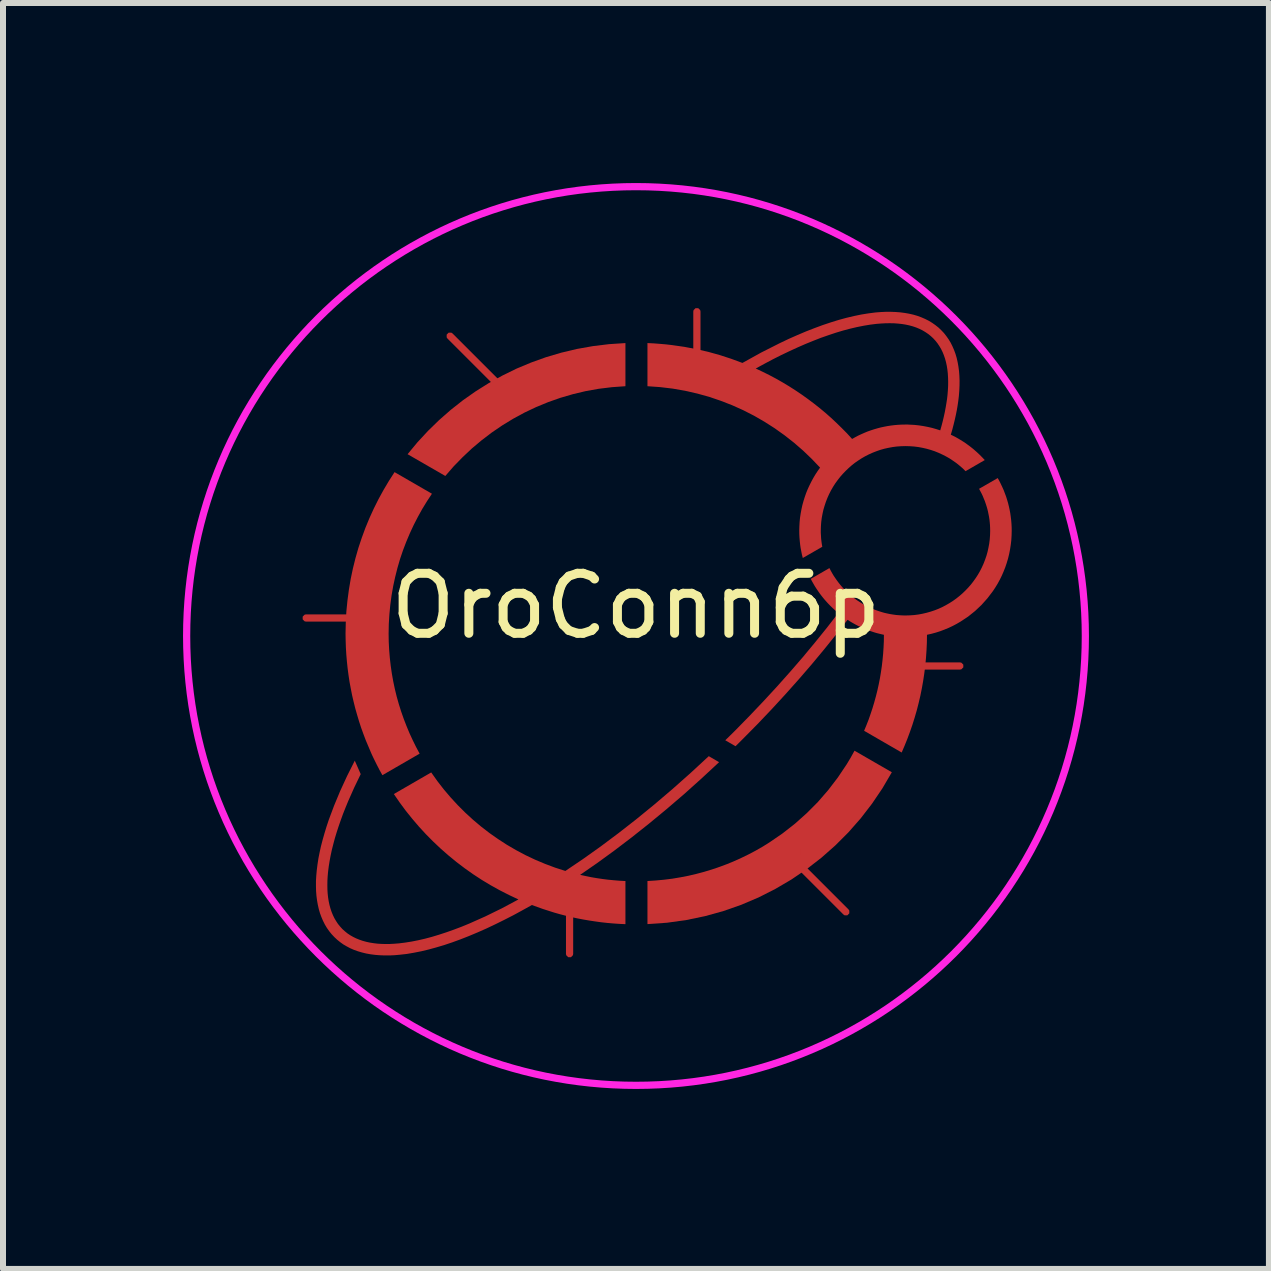
<source format=kicad_pcb>
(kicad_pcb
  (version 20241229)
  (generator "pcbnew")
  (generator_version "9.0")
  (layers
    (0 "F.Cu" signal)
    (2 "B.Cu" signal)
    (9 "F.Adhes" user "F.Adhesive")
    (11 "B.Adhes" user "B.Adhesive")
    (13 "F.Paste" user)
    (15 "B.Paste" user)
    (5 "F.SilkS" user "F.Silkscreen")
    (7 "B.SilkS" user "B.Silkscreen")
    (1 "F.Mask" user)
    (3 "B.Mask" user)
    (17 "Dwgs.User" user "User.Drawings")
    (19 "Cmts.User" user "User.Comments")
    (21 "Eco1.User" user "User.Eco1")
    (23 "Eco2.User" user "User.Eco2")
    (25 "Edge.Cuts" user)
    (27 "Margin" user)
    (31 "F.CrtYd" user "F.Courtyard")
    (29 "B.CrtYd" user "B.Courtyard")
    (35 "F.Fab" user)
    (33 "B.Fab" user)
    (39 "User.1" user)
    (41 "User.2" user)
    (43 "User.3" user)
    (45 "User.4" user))
  (footprint "OroConn6p"
    (layer "F.Cu")
    (at 7.55 7.55)
    (property "Reference" "OroConn6p" (at 0 -0.5 0) (unlocked yes) (layer "F.SilkS") (effects (font (size 1 1) (thickness 0.15))))
    (attr smd)
    (fp_poly (pts (xy -0.176 -4.163) (xy -0.401 -4.147) (xy -0.622 -4.12) (xy -0.84 -4.081) (xy -1.053 -4.03) (xy -1.262 -3.969) (xy -1.466 -3.897) (xy -1.665 -3.815) (xy -1.859 -3.723) (xy -2.047 -3.621) (xy -2.229 -3.51) (xy -2.405 -3.39) (xy -2.574 -3.261) (xy -2.737 -3.124) (xy -2.891 -2.979) (xy -3.039 -2.827) (xy -3.178 -2.667) (xy -3.807 -3.03) (xy -3.642 -3.229) (xy -3.466 -3.419) (xy -3.281 -3.599) (xy -3.087 -3.769) (xy -2.884 -3.929) (xy -2.672 -4.078) (xy -2.452 -4.216) (xy -2.224 -4.342) (xy -1.989 -4.457) (xy -1.747 -4.558) (xy -1.499 -4.647) (xy -1.245 -4.722) (xy -0.985 -4.784) (xy -0.72 -4.831) (xy -0.45 -4.864) (xy -0.176 -4.882)) (stroke (width 0) (type solid)) (fill yes) (layer "F.Cu"))
    (fp_poly (pts (xy 4.264 2.271) (xy 4.107 2.539) (xy 3.933 2.796) (xy 3.744 3.041) (xy 3.54 3.273) (xy 3.322 3.491) (xy 3.091 3.695) (xy 2.846 3.885) (xy 2.59 4.059) (xy 2.322 4.216) (xy 2.044 4.357) (xy 1.755 4.48) (xy 1.458 4.584) (xy 1.152 4.669) (xy 0.839 4.734) (xy 0.518 4.779) (xy 0.191 4.802) (xy 0.191 4.084) (xy 0.33 4.075) (xy 0.469 4.062) (xy 0.605 4.045) (xy 0.741 4.022) (xy 0.875 3.996) (xy 1.007 3.965) (xy 1.138 3.93) (xy 1.266 3.891) (xy 1.393 3.848) (xy 1.519 3.801) (xy 1.642 3.75) (xy 1.763 3.695) (xy 1.882 3.637) (xy 1.999 3.575) (xy 2.114 3.509) (xy 2.226 3.439) (xy 2.443 3.29) (xy 2.65 3.128) (xy 2.846 2.953) (xy 3.031 2.767) (xy 3.203 2.569) (xy 3.363 2.36) (xy 3.51 2.141) (xy 3.578 2.028) (xy 3.642 1.912)) (stroke (width 0) (type solid)) (fill yes) (layer "F.Cu"))
    (fp_poly (pts (xy -3.401 -2.371) (xy -3.484 -2.245) (xy -3.563 -2.116) (xy -3.636 -1.984) (xy -3.706 -1.848) (xy -3.77 -1.71) (xy -3.829 -1.57) (xy -3.884 -1.426) (xy -3.933 -1.281) (xy -3.976 -1.133) (xy -4.014 -0.982) (xy -4.047 -0.83) (xy -4.074 -0.675) (xy -4.095 -0.519) (xy -4.11 -0.361) (xy -4.12 -0.201) (xy -4.123 -0.04) (xy -4.121 0.096) (xy -4.114 0.23) (xy -4.103 0.364) (xy -4.088 0.496) (xy -4.069 0.627) (xy -4.046 0.756) (xy -4.019 0.884) (xy -3.988 1.011) (xy -3.953 1.135) (xy -3.914 1.259) (xy -3.871 1.381) (xy -3.825 1.5) (xy -3.776 1.618) (xy -3.722 1.735) (xy -3.666 1.849) (xy -3.606 1.961) (xy -4.227 2.32) (xy -4.251 2.276) (xy -4.275 2.233) (xy -4.298 2.188) (xy -4.321 2.144) (xy -4.343 2.099) (xy -4.365 2.055) (xy -4.387 2.009) (xy -4.408 1.964) (xy -4.503 1.74) (xy -4.542 1.637) (xy -4.58 1.532) (xy -4.615 1.425) (xy -4.647 1.318) (xy -4.678 1.21) (xy -4.705 1.101) (xy -4.731 0.991) (xy -4.753 0.879) (xy -4.774 0.767) (xy -4.791 0.655) (xy -4.806 0.541) (xy -4.818 0.426) (xy -4.828 0.311) (xy -4.835 0.195) (xy -4.839 0.078) (xy -4.841 -0.04) (xy -4.837 -0.225) (xy -4.827 -0.41) (xy -4.809 -0.592) (xy -4.785 -0.772) (xy -4.755 -0.95) (xy -4.718 -1.126) (xy -4.675 -1.299) (xy -4.626 -1.47) (xy -4.57 -1.638) (xy -4.509 -1.804) (xy -4.442 -1.966) (xy -4.369 -2.126) (xy -4.291 -2.282) (xy -4.207 -2.435) (xy -4.118 -2.585) (xy -4.024 -2.731)) (stroke (width 0) (type solid)) (fill yes) (layer "F.Cu"))
    (fp_poly (pts (xy 1.385 2.103) (xy 1.092 2.375) (xy 0.8 2.637) (xy 0.507 2.888) (xy 0.215 3.129) (xy -0.075 3.359) (xy -0.363 3.578) (xy -0.649 3.786) (xy -0.931 3.981) (xy -0.839 4.001) (xy -0.747 4.02) (xy -0.653 4.036) (xy -0.559 4.05) (xy -0.464 4.062) (xy -0.369 4.071) (xy -0.273 4.079) (xy -0.176 4.084) (xy -0.176 4.803) (xy -0.279 4.798) (xy -0.38 4.791) (xy -0.482 4.782) (xy -0.582 4.771) (xy -0.682 4.757) (xy -0.782 4.742) (xy -0.881 4.725) (xy -0.979 4.706) (xy -1.076 4.685) (xy -1.172 4.662) (xy -1.268 4.637) (xy -1.363 4.61) (xy -1.551 4.55) (xy -1.735 4.484) (xy -1.892 4.571) (xy -2.046 4.655) (xy -2.199 4.733) (xy -2.349 4.807) (xy -2.497 4.877) (xy -2.642 4.941) (xy -2.785 5.001) (xy -2.925 5.056) (xy -3.062 5.106) (xy -3.196 5.151) (xy -3.327 5.19) (xy -3.455 5.225) (xy -3.58 5.255) (xy -3.701 5.279) (xy -3.818 5.299) (xy -3.932 5.312) (xy -4.02 5.32) (xy -4.105 5.324) (xy -4.189 5.324) (xy -4.269 5.321) (xy -4.347 5.315) (xy -4.423 5.305) (xy -4.496 5.292) (xy -4.566 5.275) (xy -4.634 5.255) (xy -4.699 5.232) (xy -4.761 5.205) (xy -4.82 5.174) (xy -4.877 5.141) (xy -4.93 5.103) (xy -4.981 5.062) (xy -5.028 5.018) (xy -5.073 4.97) (xy -5.114 4.919) (xy -5.152 4.865) (xy -5.186 4.808) (xy -5.216 4.748) (xy -5.243 4.685) (xy -5.267 4.62) (xy -5.287 4.551) (xy -5.303 4.48) (xy -5.316 4.406) (xy -5.326 4.33) (xy -5.332 4.251) (xy -5.334 4.169) (xy -5.334 4.085) (xy -5.329 3.998) (xy -5.321 3.909) (xy -5.309 3.812) (xy -5.294 3.713) (xy -5.274 3.611) (xy -5.251 3.506) (xy -5.223 3.398) (xy -5.192 3.289) (xy -5.158 3.177) (xy -5.12 3.063) (xy -5.032 2.828) (xy -4.931 2.585) (xy -4.816 2.335) (xy -4.687 2.078) (xy -4.588 2.302) (xy -4.698 2.53) (xy -4.796 2.751) (xy -4.841 2.86) (xy -4.883 2.966) (xy -4.921 3.071) (xy -4.957 3.174) (xy -4.99 3.276) (xy -5.02 3.375) (xy -5.046 3.473) (xy -5.07 3.568) (xy -5.09 3.662) (xy -5.107 3.753) (xy -5.121 3.842) (xy -5.132 3.929) (xy -5.139 4.006) (xy -5.143 4.08) (xy -5.144 4.152) (xy -5.143 4.223) (xy -5.139 4.291) (xy -5.132 4.356) (xy -5.122 4.42) (xy -5.109 4.481) (xy -5.093 4.54) (xy -5.074 4.597) (xy -5.052 4.651) (xy -5.027 4.703) (xy -4.998 4.752) (xy -4.967 4.799) (xy -4.932 4.842) (xy -4.894 4.884) (xy -4.853 4.921) (xy -4.81 4.956) (xy -4.764 4.987) (xy -4.715 5.015) (xy -4.664 5.04) (xy -4.61 5.062) (xy -4.554 5.081) (xy -4.496 5.097) (xy -4.436 5.11) (xy -4.373 5.12) (xy -4.308 5.128) (xy -4.24 5.132) (xy -4.171 5.134) (xy -4.1 5.133) (xy -4.026 5.129) (xy -3.951 5.123) (xy -3.847 5.11) (xy -3.74 5.093) (xy -3.629 5.071) (xy -3.516 5.045) (xy -3.4 5.014) (xy -3.281 4.978) (xy -3.159 4.938) (xy -3.035 4.894) (xy -2.908 4.846) (xy -2.779 4.793) (xy -2.514 4.675) (xy -2.24 4.541) (xy -1.959 4.391) (xy -2.116 4.317) (xy -2.271 4.238) (xy -2.422 4.154) (xy -2.57 4.065) (xy -2.714 3.971) (xy -2.855 3.871) (xy -2.992 3.767) (xy -3.125 3.658) (xy -3.254 3.545) (xy -3.379 3.427) (xy -3.5 3.305) (xy -3.616 3.179) (xy -3.728 3.048) (xy -3.836 2.914) (xy -3.938 2.776) (xy -4.036 2.634) (xy -3.413 2.274) (xy -3.311 2.418) (xy -3.203 2.557) (xy -3.089 2.691) (xy -2.97 2.82) (xy -2.846 2.944) (xy -2.716 3.063) (xy -2.582 3.176) (xy -2.442 3.284) (xy -2.298 3.385) (xy -2.15 3.481) (xy -1.997 3.57) (xy -1.841 3.653) (xy -1.68 3.729) (xy -1.516 3.798) (xy -1.348 3.861) (xy -1.177 3.916) (xy -0.887 3.72) (xy -0.593 3.511) (xy -0.296 3.289) (xy 0.004 3.055) (xy 0.305 2.809) (xy 0.607 2.552) (xy 0.91 2.283) (xy 1.213 2.003)) (stroke (width 0) (type solid)) (fill yes) (layer "F.Cu"))
    (fp_poly (pts (xy 6.056 -2.583) (xy 6.081 -2.533) (xy 6.105 -2.482) (xy 6.128 -2.431) (xy 6.148 -2.378) (xy 6.168 -2.325) (xy 6.185 -2.271) (xy 6.201 -2.216) (xy 6.215 -2.16) (xy 6.227 -2.104) (xy 6.238 -2.047) (xy 6.246 -1.989) (xy 6.253 -1.931) (xy 6.258 -1.872) (xy 6.261 -1.813) (xy 6.262 -1.754) (xy 6.26 -1.674) (xy 6.255 -1.595) (xy 6.246 -1.517) (xy 6.234 -1.441) (xy 6.219 -1.365) (xy 6.201 -1.291) (xy 6.179 -1.217) (xy 6.155 -1.146) (xy 6.127 -1.075) (xy 6.097 -1.006) (xy 6.064 -0.939) (xy 6.028 -0.873) (xy 5.989 -0.809) (xy 5.948 -0.747) (xy 5.858 -0.629) (xy 5.759 -0.518) (xy 5.651 -0.416) (xy 5.535 -0.323) (xy 5.411 -0.241) (xy 5.346 -0.203) (xy 5.28 -0.168) (xy 5.212 -0.136) (xy 5.142 -0.107) (xy 5.071 -0.08) (xy 4.999 -0.057) (xy 4.925 -0.037) (xy 4.85 -0.02) (xy 4.848 0.111) (xy 4.842 0.241) (xy 4.833 0.369) (xy 4.821 0.497) (xy 4.805 0.624) (xy 4.786 0.75) (xy 4.764 0.874) (xy 4.739 0.998) (xy 4.71 1.121) (xy 4.679 1.242) (xy 4.644 1.362) (xy 4.607 1.48) (xy 4.566 1.598) (xy 4.523 1.714) (xy 4.477 1.828) (xy 4.428 1.942) (xy 3.802 1.58) (xy 3.84 1.488) (xy 3.877 1.394) (xy 3.91 1.299) (xy 3.942 1.203) (xy 3.971 1.106) (xy 3.998 1.008) (xy 4.023 0.909) (xy 4.045 0.809) (xy 4.065 0.708) (xy 4.082 0.606) (xy 4.097 0.504) (xy 4.109 0.401) (xy 4.119 0.297) (xy 4.126 0.192) (xy 4.131 0.086) (xy 4.132 -0.02) (xy 4.091 -0.029) (xy 4.051 -0.039) (xy 4.01 -0.049) (xy 3.97 -0.061) (xy 3.931 -0.074) (xy 3.892 -0.087) (xy 3.853 -0.102) (xy 3.815 -0.117) (xy 3.777 -0.134) (xy 3.74 -0.151) (xy 3.703 -0.168) (xy 3.666 -0.187) (xy 3.63 -0.207) (xy 3.595 -0.227) (xy 3.56 -0.248) (xy 3.526 -0.27) (xy 3.335 -0.024) (xy 3.136 0.223) (xy 2.929 0.472) (xy 2.714 0.721) (xy 2.492 0.97) (xy 2.263 1.219) (xy 2.027 1.467) (xy 1.783 1.714) (xy 1.721 1.776) (xy 1.659 1.837) (xy 1.488 1.738) (xy 1.569 1.659) (xy 1.649 1.58) (xy 1.889 1.335) (xy 2.123 1.089) (xy 2.35 0.843) (xy 2.569 0.597) (xy 2.782 0.351) (xy 2.986 0.105) (xy 3.183 -0.139) (xy 3.372 -0.383) (xy 3.337 -0.412) (xy 3.302 -0.443) (xy 3.269 -0.474) (xy 3.236 -0.506) (xy 3.204 -0.539) (xy 3.173 -0.573) (xy 3.142 -0.608) (xy 3.113 -0.643) (xy 3.085 -0.679) (xy 3.057 -0.716) (xy 3.031 -0.754) (xy 3.005 -0.792) (xy 2.98 -0.831) (xy 2.957 -0.871) (xy 2.934 -0.911) (xy 2.913 -0.952) (xy 3.224 -1.132) (xy 3.246 -1.089) (xy 3.27 -1.046) (xy 3.295 -1.004) (xy 3.322 -0.964) (xy 3.35 -0.924) (xy 3.379 -0.885) (xy 3.409 -0.848) (xy 3.441 -0.811) (xy 3.474 -0.776) (xy 3.508 -0.742) (xy 3.543 -0.708) (xy 3.58 -0.677) (xy 3.617 -0.646) (xy 3.656 -0.616) (xy 3.695 -0.588) (xy 3.736 -0.562) (xy 3.777 -0.536) (xy 3.819 -0.512) (xy 3.863 -0.49) (xy 3.907 -0.469) (xy 3.952 -0.449) (xy 3.998 -0.431) (xy 4.044 -0.415) (xy 4.091 -0.4) (xy 4.139 -0.386) (xy 4.188 -0.375) (xy 4.237 -0.365) (xy 4.287 -0.357) (xy 4.337 -0.35) (xy 4.388 -0.346) (xy 4.44 -0.343) (xy 4.492 -0.342) (xy 4.564 -0.344) (xy 4.636 -0.349) (xy 4.706 -0.358) (xy 4.776 -0.371) (xy 4.844 -0.387) (xy 4.911 -0.406) (xy 4.977 -0.428) (xy 5.041 -0.453) (xy 5.103 -0.481) (xy 5.164 -0.513) (xy 5.223 -0.547) (xy 5.28 -0.583) (xy 5.336 -0.623) (xy 5.389 -0.665) (xy 5.44 -0.709) (xy 5.489 -0.756) (xy 5.536 -0.805) (xy 5.581 -0.856) (xy 5.622 -0.909) (xy 5.662 -0.965) (xy 5.699 -1.022) (xy 5.733 -1.081) (xy 5.764 -1.142) (xy 5.792 -1.204) (xy 5.817 -1.268) (xy 5.84 -1.334) (xy 5.859 -1.401) (xy 5.874 -1.469) (xy 5.887 -1.539) (xy 5.896 -1.609) (xy 5.901 -1.681) (xy 5.903 -1.754) (xy 5.902 -1.801) (xy 5.9 -1.848) (xy 5.896 -1.895) (xy 5.891 -1.941) (xy 5.884 -1.987) (xy 5.875 -2.032) (xy 5.866 -2.077) (xy 5.855 -2.121) (xy 5.842 -2.165) (xy 5.828 -2.208) (xy 5.813 -2.251) (xy 5.796 -2.292) (xy 5.779 -2.334) (xy 5.76 -2.374) (xy 5.739 -2.414) (xy 5.718 -2.453) (xy 6.029 -2.632)) (stroke (width 0) (type solid)) (fill yes) (layer "F.Cu"))
    (fp_poly (pts (xy 4.327 -5.4) (xy 4.405 -5.394) (xy 4.481 -5.384) (xy 4.554 -5.371) (xy 4.624 -5.355) (xy 4.692 -5.335) (xy 4.757 -5.311) (xy 4.819 -5.284) (xy 4.879 -5.254) (xy 4.935 -5.22) (xy 4.989 -5.182) (xy 5.04 -5.142) (xy 5.087 -5.097) (xy 5.132 -5.05) (xy 5.172 -4.999) (xy 5.21 -4.945) (xy 5.244 -4.889) (xy 5.274 -4.829) (xy 5.301 -4.767) (xy 5.325 -4.702) (xy 5.345 -4.634) (xy 5.361 -4.563) (xy 5.374 -4.49) (xy 5.384 -4.414) (xy 5.39 -4.336) (xy 5.393 -4.255) (xy 5.392 -4.171) (xy 5.388 -4.085) (xy 5.381 -3.997) (xy 5.372 -3.922) (xy 5.361 -3.846) (xy 5.348 -3.768) (xy 5.332 -3.688) (xy 5.314 -3.607) (xy 5.294 -3.525) (xy 5.272 -3.44) (xy 5.247 -3.355) (xy 5.288 -3.335) (xy 5.327 -3.315) (xy 5.366 -3.293) (xy 5.405 -3.27) (xy 5.442 -3.247) (xy 5.48 -3.223) (xy 5.516 -3.197) (xy 5.552 -3.171) (xy 5.587 -3.144) (xy 5.622 -3.116) (xy 5.655 -3.087) (xy 5.688 -3.058) (xy 5.721 -3.027) (xy 5.752 -2.996) (xy 5.783 -2.964) (xy 5.813 -2.932) (xy 5.493 -2.747) (xy 5.444 -2.795) (xy 5.393 -2.839) (xy 5.34 -2.882) (xy 5.284 -2.921) (xy 5.227 -2.959) (xy 5.167 -2.993) (xy 5.106 -3.024) (xy 5.043 -3.053) (xy 4.979 -3.079) (xy 4.913 -3.101) (xy 4.846 -3.12) (xy 4.777 -3.136) (xy 4.707 -3.149) (xy 4.636 -3.158) (xy 4.564 -3.163) (xy 4.492 -3.165) (xy 4.419 -3.163) (xy 4.347 -3.158) (xy 4.277 -3.149) (xy 4.207 -3.136) (xy 4.139 -3.121) (xy 4.072 -3.102) (xy 4.006 -3.079) (xy 3.942 -3.054) (xy 3.88 -3.026) (xy 3.819 -2.995) (xy 3.76 -2.961) (xy 3.703 -2.924) (xy 3.647 -2.885) (xy 3.594 -2.843) (xy 3.543 -2.798) (xy 3.494 -2.751) (xy 3.447 -2.702) (xy 3.402 -2.651) (xy 3.361 -2.598) (xy 3.321 -2.543) (xy 3.284 -2.485) (xy 3.25 -2.426) (xy 3.219 -2.365) (xy 3.191 -2.303) (xy 3.166 -2.239) (xy 3.144 -2.173) (xy 3.124 -2.106) (xy 3.109 -2.038) (xy 3.096 -1.968) (xy 3.087 -1.898) (xy 3.082 -1.826) (xy 3.08 -1.754) (xy 3.08 -1.72) (xy 3.082 -1.686) (xy 3.084 -1.652) (xy 3.086 -1.619) (xy 3.09 -1.586) (xy 3.094 -1.553) (xy 3.099 -1.52) (xy 3.105 -1.487) (xy 2.78 -1.3) (xy 2.766 -1.354) (xy 2.755 -1.41) (xy 2.744 -1.466) (xy 2.736 -1.522) (xy 2.73 -1.579) (xy 2.725 -1.637) (xy 2.722 -1.695) (xy 2.721 -1.754) (xy 2.723 -1.827) (xy 2.727 -1.9) (xy 2.734 -1.972) (xy 2.745 -2.043) (xy 2.758 -2.113) (xy 2.773 -2.182) (xy 2.792 -2.25) (xy 2.813 -2.317) (xy 2.836 -2.383) (xy 2.862 -2.447) (xy 2.891 -2.51) (xy 2.922 -2.572) (xy 2.955 -2.633) (xy 2.99 -2.692) (xy 3.028 -2.75) (xy 3.068 -2.806) (xy 2.93 -2.951) (xy 2.785 -3.09) (xy 2.634 -3.221) (xy 2.476 -3.345) (xy 2.312 -3.462) (xy 2.143 -3.57) (xy 1.968 -3.671) (xy 1.788 -3.763) (xy 1.603 -3.846) (xy 1.413 -3.92) (xy 1.219 -3.986) (xy 1.02 -4.041) (xy 0.818 -4.087) (xy 0.612 -4.123) (xy 0.403 -4.148) (xy 0.191 -4.163) (xy 0.191 -4.458) (xy 1.996 -4.458) (xy 2.11 -4.404) (xy 2.223 -4.348) (xy 2.334 -4.289) (xy 2.443 -4.227) (xy 2.551 -4.162) (xy 2.656 -4.095) (xy 2.76 -4.025) (xy 2.862 -3.952) (xy 2.962 -3.877) (xy 3.06 -3.8) (xy 3.156 -3.72) (xy 3.25 -3.637) (xy 3.341 -3.552) (xy 3.43 -3.465) (xy 3.518 -3.376) (xy 3.602 -3.284) (xy 3.652 -3.312) (xy 3.702 -3.339) (xy 3.754 -3.363) (xy 3.806 -3.386) (xy 3.859 -3.408) (xy 3.913 -3.427) (xy 3.968 -3.445) (xy 4.023 -3.461) (xy 4.08 -3.476) (xy 4.137 -3.488) (xy 4.194 -3.499) (xy 4.253 -3.508) (xy 4.312 -3.515) (xy 4.371 -3.52) (xy 4.431 -3.523) (xy 4.492 -3.524) (xy 4.529 -3.524) (xy 4.567 -3.522) (xy 4.642 -3.518) (xy 4.716 -3.51) (xy 4.789 -3.499) (xy 4.861 -3.485) (xy 4.932 -3.469) (xy 5.002 -3.449) (xy 5.071 -3.427) (xy 5.093 -3.505) (xy 5.113 -3.582) (xy 5.131 -3.658) (xy 5.147 -3.732) (xy 5.161 -3.806) (xy 5.173 -3.877) (xy 5.184 -3.948) (xy 5.192 -4.017) (xy 5.198 -4.092) (xy 5.202 -4.166) (xy 5.203 -4.238) (xy 5.201 -4.307) (xy 5.197 -4.375) (xy 5.19 -4.44) (xy 5.18 -4.503) (xy 5.167 -4.564) (xy 5.151 -4.622) (xy 5.132 -4.678) (xy 5.11 -4.732) (xy 5.085 -4.783) (xy 5.056 -4.832) (xy 5.025 -4.878) (xy 4.99 -4.922) (xy 4.952 -4.963) (xy 4.912 -5) (xy 4.868 -5.035) (xy 4.822 -5.066) (xy 4.773 -5.095) (xy 4.722 -5.12) (xy 4.669 -5.142) (xy 4.613 -5.161) (xy 4.554 -5.177) (xy 4.494 -5.19) (xy 4.431 -5.2) (xy 4.365 -5.207) (xy 4.298 -5.212) (xy 4.229 -5.213) (xy 4.157 -5.212) (xy 4.084 -5.208) (xy 4.008 -5.202) (xy 3.903 -5.189) (xy 3.795 -5.171) (xy 3.684 -5.149) (xy 3.569 -5.122) (xy 3.452 -5.091) (xy 3.332 -5.055) (xy 3.209 -5.014) (xy 3.083 -4.97) (xy 2.955 -4.92) (xy 2.825 -4.867) (xy 2.692 -4.809) (xy 2.557 -4.747) (xy 2.419 -4.681) (xy 2.28 -4.611) (xy 2.139 -4.536) (xy 1.996 -4.458) (xy 0.191 -4.458) (xy 0.191 -4.882) (xy 0.295 -4.877) (xy 0.399 -4.869) (xy 0.502 -4.86) (xy 0.604 -4.848) (xy 0.806 -4.819) (xy 1.006 -4.781) (xy 1.203 -4.736) (xy 1.397 -4.682) (xy 1.587 -4.62) (xy 1.774 -4.551) (xy 2.088 -4.725) (xy 2.393 -4.879) (xy 2.542 -4.95) (xy 2.689 -5.015) (xy 2.833 -5.076) (xy 2.974 -5.131) (xy 3.112 -5.182) (xy 3.247 -5.227) (xy 3.379 -5.268) (xy 3.508 -5.303) (xy 3.634 -5.333) (xy 3.756 -5.358) (xy 3.874 -5.377) (xy 3.989 -5.392) (xy 4.077 -5.399) (xy 4.163 -5.403) (xy 4.246 -5.403)) (stroke (width 0) (type solid)) (fill yes) (layer "F.Cu"))
    (fp_poly (pts (xy -0.176 -4.163) (xy -0.401 -4.147) (xy -0.622 -4.12) (xy -0.84 -4.081) (xy -1.053 -4.03) (xy -1.262 -3.969) (xy -1.466 -3.897) (xy -1.665 -3.815) (xy -1.859 -3.723) (xy -2.047 -3.621) (xy -2.229 -3.51) (xy -2.405 -3.39) (xy -2.574 -3.261) (xy -2.737 -3.124) (xy -2.891 -2.979) (xy -3.039 -2.827) (xy -3.178 -2.667) (xy -3.807 -3.03) (xy -3.642 -3.229) (xy -3.466 -3.419) (xy -3.281 -3.599) (xy -3.087 -3.769) (xy -2.884 -3.929) (xy -2.672 -4.078) (xy -2.452 -4.216) (xy -2.224 -4.342) (xy -1.989 -4.457) (xy -1.747 -4.558) (xy -1.499 -4.647) (xy -1.245 -4.722) (xy -0.985 -4.784) (xy -0.72 -4.831) (xy -0.45 -4.864) (xy -0.176 -4.882)) (stroke (width 0) (type solid)) (fill yes) (layer "F.Mask"))
    (fp_poly (pts (xy 4.264 2.271) (xy 4.107 2.539) (xy 3.933 2.796) (xy 3.744 3.041) (xy 3.54 3.273) (xy 3.322 3.491) (xy 3.091 3.695) (xy 2.846 3.885) (xy 2.59 4.059) (xy 2.322 4.216) (xy 2.044 4.357) (xy 1.755 4.48) (xy 1.458 4.584) (xy 1.152 4.669) (xy 0.839 4.734) (xy 0.518 4.779) (xy 0.191 4.802) (xy 0.191 4.084) (xy 0.33 4.075) (xy 0.469 4.062) (xy 0.605 4.045) (xy 0.741 4.022) (xy 0.875 3.996) (xy 1.007 3.965) (xy 1.138 3.93) (xy 1.266 3.891) (xy 1.393 3.848) (xy 1.519 3.801) (xy 1.642 3.75) (xy 1.763 3.695) (xy 1.882 3.637) (xy 1.999 3.575) (xy 2.114 3.509) (xy 2.226 3.439) (xy 2.443 3.29) (xy 2.65 3.128) (xy 2.846 2.953) (xy 3.031 2.767) (xy 3.203 2.569) (xy 3.363 2.36) (xy 3.51 2.141) (xy 3.578 2.028) (xy 3.642 1.912)) (stroke (width 0) (type solid)) (fill yes) (layer "F.Mask"))
    (fp_poly (pts (xy -3.401 -2.371) (xy -3.484 -2.245) (xy -3.563 -2.116) (xy -3.636 -1.984) (xy -3.706 -1.848) (xy -3.77 -1.71) (xy -3.829 -1.57) (xy -3.884 -1.426) (xy -3.933 -1.281) (xy -3.976 -1.133) (xy -4.014 -0.982) (xy -4.047 -0.83) (xy -4.074 -0.675) (xy -4.095 -0.519) (xy -4.11 -0.361) (xy -4.12 -0.201) (xy -4.123 -0.04) (xy -4.121 0.096) (xy -4.114 0.23) (xy -4.103 0.364) (xy -4.088 0.496) (xy -4.069 0.627) (xy -4.046 0.756) (xy -4.019 0.884) (xy -3.988 1.011) (xy -3.953 1.135) (xy -3.914 1.259) (xy -3.871 1.381) (xy -3.825 1.5) (xy -3.776 1.618) (xy -3.722 1.735) (xy -3.666 1.849) (xy -3.606 1.961) (xy -4.227 2.32) (xy -4.251 2.276) (xy -4.275 2.233) (xy -4.298 2.188) (xy -4.321 2.144) (xy -4.343 2.099) (xy -4.365 2.055) (xy -4.387 2.009) (xy -4.408 1.964) (xy -4.503 1.74) (xy -4.542 1.637) (xy -4.58 1.532) (xy -4.615 1.425) (xy -4.647 1.318) (xy -4.678 1.21) (xy -4.705 1.101) (xy -4.731 0.991) (xy -4.753 0.879) (xy -4.774 0.767) (xy -4.791 0.655) (xy -4.806 0.541) (xy -4.818 0.426) (xy -4.828 0.311) (xy -4.835 0.195) (xy -4.839 0.078) (xy -4.841 -0.04) (xy -4.837 -0.225) (xy -4.827 -0.41) (xy -4.809 -0.592) (xy -4.785 -0.772) (xy -4.755 -0.95) (xy -4.718 -1.126) (xy -4.675 -1.299) (xy -4.626 -1.47) (xy -4.57 -1.638) (xy -4.509 -1.804) (xy -4.442 -1.966) (xy -4.369 -2.126) (xy -4.291 -2.282) (xy -4.207 -2.435) (xy -4.118 -2.585) (xy -4.024 -2.731)) (stroke (width 0) (type solid)) (fill yes) (layer "F.Mask"))
    (fp_poly (pts (xy 1.385 2.103) (xy 1.092 2.375) (xy 0.8 2.637) (xy 0.507 2.888) (xy 0.215 3.129) (xy -0.075 3.359) (xy -0.363 3.578) (xy -0.649 3.786) (xy -0.931 3.981) (xy -0.839 4.001) (xy -0.747 4.02) (xy -0.653 4.036) (xy -0.559 4.05) (xy -0.464 4.062) (xy -0.369 4.071) (xy -0.273 4.079) (xy -0.176 4.084) (xy -0.176 4.803) (xy -0.279 4.798) (xy -0.38 4.791) (xy -0.482 4.782) (xy -0.582 4.771) (xy -0.682 4.757) (xy -0.782 4.742) (xy -0.881 4.725) (xy -0.979 4.706) (xy -1.076 4.685) (xy -1.172 4.662) (xy -1.268 4.637) (xy -1.363 4.61) (xy -1.551 4.55) (xy -1.735 4.484) (xy -1.892 4.571) (xy -2.046 4.655) (xy -2.199 4.733) (xy -2.349 4.807) (xy -2.497 4.877) (xy -2.642 4.941) (xy -2.785 5.001) (xy -2.925 5.056) (xy -3.062 5.106) (xy -3.196 5.151) (xy -3.327 5.19) (xy -3.455 5.225) (xy -3.58 5.255) (xy -3.701 5.279) (xy -3.818 5.299) (xy -3.932 5.312) (xy -4.02 5.32) (xy -4.105 5.324) (xy -4.189 5.324) (xy -4.269 5.321) (xy -4.347 5.315) (xy -4.423 5.305) (xy -4.496 5.292) (xy -4.566 5.275) (xy -4.634 5.255) (xy -4.699 5.232) (xy -4.761 5.205) (xy -4.82 5.174) (xy -4.877 5.141) (xy -4.93 5.103) (xy -4.981 5.062) (xy -5.028 5.018) (xy -5.073 4.97) (xy -5.114 4.919) (xy -5.152 4.865) (xy -5.186 4.808) (xy -5.216 4.748) (xy -5.243 4.685) (xy -5.267 4.62) (xy -5.287 4.551) (xy -5.303 4.48) (xy -5.316 4.406) (xy -5.326 4.33) (xy -5.332 4.251) (xy -5.334 4.169) (xy -5.334 4.085) (xy -5.329 3.998) (xy -5.321 3.909) (xy -5.309 3.812) (xy -5.294 3.713) (xy -5.274 3.611) (xy -5.251 3.506) (xy -5.223 3.398) (xy -5.192 3.289) (xy -5.158 3.177) (xy -5.12 3.063) (xy -5.032 2.828) (xy -4.931 2.585) (xy -4.816 2.335) (xy -4.687 2.078) (xy -4.588 2.302) (xy -4.698 2.53) (xy -4.796 2.751) (xy -4.841 2.86) (xy -4.883 2.966) (xy -4.921 3.071) (xy -4.957 3.174) (xy -4.99 3.276) (xy -5.02 3.375) (xy -5.046 3.473) (xy -5.07 3.568) (xy -5.09 3.662) (xy -5.107 3.753) (xy -5.121 3.842) (xy -5.132 3.929) (xy -5.139 4.006) (xy -5.143 4.08) (xy -5.144 4.152) (xy -5.143 4.223) (xy -5.139 4.291) (xy -5.132 4.356) (xy -5.122 4.42) (xy -5.109 4.481) (xy -5.093 4.54) (xy -5.074 4.597) (xy -5.052 4.651) (xy -5.027 4.703) (xy -4.998 4.752) (xy -4.967 4.799) (xy -4.932 4.842) (xy -4.894 4.884) (xy -4.853 4.921) (xy -4.81 4.956) (xy -4.764 4.987) (xy -4.715 5.015) (xy -4.664 5.04) (xy -4.61 5.062) (xy -4.554 5.081) (xy -4.496 5.097) (xy -4.436 5.11) (xy -4.373 5.12) (xy -4.308 5.128) (xy -4.24 5.132) (xy -4.171 5.134) (xy -4.1 5.133) (xy -4.026 5.129) (xy -3.951 5.123) (xy -3.847 5.11) (xy -3.74 5.093) (xy -3.629 5.071) (xy -3.516 5.045) (xy -3.4 5.014) (xy -3.281 4.978) (xy -3.159 4.938) (xy -3.035 4.894) (xy -2.908 4.846) (xy -2.779 4.793) (xy -2.514 4.675) (xy -2.24 4.541) (xy -1.959 4.391) (xy -2.116 4.317) (xy -2.271 4.238) (xy -2.422 4.154) (xy -2.57 4.065) (xy -2.714 3.971) (xy -2.855 3.871) (xy -2.992 3.767) (xy -3.125 3.658) (xy -3.254 3.545) (xy -3.379 3.427) (xy -3.5 3.305) (xy -3.616 3.179) (xy -3.728 3.048) (xy -3.836 2.914) (xy -3.938 2.776) (xy -4.036 2.634) (xy -3.413 2.274) (xy -3.311 2.418) (xy -3.203 2.557) (xy -3.089 2.691) (xy -2.97 2.82) (xy -2.846 2.944) (xy -2.716 3.063) (xy -2.582 3.176) (xy -2.442 3.284) (xy -2.298 3.385) (xy -2.15 3.481) (xy -1.997 3.57) (xy -1.841 3.653) (xy -1.68 3.729) (xy -1.516 3.798) (xy -1.348 3.861) (xy -1.177 3.916) (xy -0.887 3.72) (xy -0.593 3.511) (xy -0.296 3.289) (xy 0.004 3.055) (xy 0.305 2.809) (xy 0.607 2.552) (xy 0.91 2.283) (xy 1.213 2.003)) (stroke (width 0) (type solid)) (fill yes) (layer "F.Mask"))
    (fp_poly (pts (xy 6.056 -2.583) (xy 6.081 -2.533) (xy 6.105 -2.482) (xy 6.128 -2.431) (xy 6.148 -2.378) (xy 6.168 -2.325) (xy 6.185 -2.271) (xy 6.201 -2.216) (xy 6.215 -2.16) (xy 6.227 -2.104) (xy 6.238 -2.047) (xy 6.246 -1.989) (xy 6.253 -1.931) (xy 6.258 -1.872) (xy 6.261 -1.813) (xy 6.262 -1.754) (xy 6.26 -1.674) (xy 6.255 -1.595) (xy 6.246 -1.517) (xy 6.234 -1.441) (xy 6.219 -1.365) (xy 6.201 -1.291) (xy 6.179 -1.217) (xy 6.155 -1.146) (xy 6.127 -1.075) (xy 6.097 -1.006) (xy 6.064 -0.939) (xy 6.028 -0.873) (xy 5.989 -0.809) (xy 5.948 -0.747) (xy 5.858 -0.629) (xy 5.759 -0.518) (xy 5.651 -0.416) (xy 5.535 -0.323) (xy 5.411 -0.241) (xy 5.346 -0.203) (xy 5.28 -0.168) (xy 5.212 -0.136) (xy 5.142 -0.107) (xy 5.071 -0.08) (xy 4.999 -0.057) (xy 4.925 -0.037) (xy 4.85 -0.02) (xy 4.848 0.111) (xy 4.842 0.241) (xy 4.833 0.369) (xy 4.821 0.497) (xy 4.805 0.624) (xy 4.786 0.75) (xy 4.764 0.874) (xy 4.739 0.998) (xy 4.71 1.121) (xy 4.679 1.242) (xy 4.644 1.362) (xy 4.607 1.48) (xy 4.566 1.598) (xy 4.523 1.714) (xy 4.477 1.828) (xy 4.428 1.942) (xy 3.802 1.58) (xy 3.84 1.488) (xy 3.877 1.394) (xy 3.91 1.299) (xy 3.942 1.203) (xy 3.971 1.106) (xy 3.998 1.008) (xy 4.023 0.909) (xy 4.045 0.809) (xy 4.065 0.708) (xy 4.082 0.606) (xy 4.097 0.504) (xy 4.109 0.401) (xy 4.119 0.297) (xy 4.126 0.192) (xy 4.131 0.086) (xy 4.132 -0.02) (xy 4.091 -0.029) (xy 4.051 -0.039) (xy 4.01 -0.049) (xy 3.97 -0.061) (xy 3.931 -0.074) (xy 3.892 -0.087) (xy 3.853 -0.102) (xy 3.815 -0.117) (xy 3.777 -0.134) (xy 3.74 -0.151) (xy 3.703 -0.168) (xy 3.666 -0.187) (xy 3.63 -0.207) (xy 3.595 -0.227) (xy 3.56 -0.248) (xy 3.526 -0.27) (xy 3.335 -0.024) (xy 3.136 0.223) (xy 2.929 0.472) (xy 2.714 0.721) (xy 2.492 0.97) (xy 2.263 1.219) (xy 2.027 1.467) (xy 1.783 1.714) (xy 1.721 1.776) (xy 1.659 1.837) (xy 1.488 1.738) (xy 1.569 1.659) (xy 1.649 1.58) (xy 1.889 1.335) (xy 2.123 1.089) (xy 2.35 0.843) (xy 2.569 0.597) (xy 2.782 0.351) (xy 2.986 0.105) (xy 3.183 -0.139) (xy 3.372 -0.383) (xy 3.337 -0.412) (xy 3.302 -0.443) (xy 3.269 -0.474) (xy 3.236 -0.506) (xy 3.204 -0.539) (xy 3.173 -0.573) (xy 3.142 -0.608) (xy 3.113 -0.643) (xy 3.085 -0.679) (xy 3.057 -0.716) (xy 3.031 -0.754) (xy 3.005 -0.792) (xy 2.98 -0.831) (xy 2.957 -0.871) (xy 2.934 -0.911) (xy 2.913 -0.952) (xy 3.224 -1.132) (xy 3.246 -1.089) (xy 3.27 -1.046) (xy 3.295 -1.004) (xy 3.322 -0.964) (xy 3.35 -0.924) (xy 3.379 -0.885) (xy 3.409 -0.848) (xy 3.441 -0.811) (xy 3.474 -0.776) (xy 3.508 -0.742) (xy 3.543 -0.708) (xy 3.58 -0.677) (xy 3.617 -0.646) (xy 3.656 -0.616) (xy 3.695 -0.588) (xy 3.736 -0.562) (xy 3.777 -0.536) (xy 3.819 -0.512) (xy 3.863 -0.49) (xy 3.907 -0.469) (xy 3.952 -0.449) (xy 3.998 -0.431) (xy 4.044 -0.415) (xy 4.091 -0.4) (xy 4.139 -0.386) (xy 4.188 -0.375) (xy 4.237 -0.365) (xy 4.287 -0.357) (xy 4.337 -0.35) (xy 4.388 -0.346) (xy 4.44 -0.343) (xy 4.492 -0.342) (xy 4.564 -0.344) (xy 4.636 -0.349) (xy 4.706 -0.358) (xy 4.776 -0.371) (xy 4.844 -0.387) (xy 4.911 -0.406) (xy 4.977 -0.428) (xy 5.041 -0.453) (xy 5.103 -0.481) (xy 5.164 -0.513) (xy 5.223 -0.547) (xy 5.28 -0.583) (xy 5.336 -0.623) (xy 5.389 -0.665) (xy 5.44 -0.709) (xy 5.489 -0.756) (xy 5.536 -0.805) (xy 5.581 -0.856) (xy 5.622 -0.909) (xy 5.662 -0.965) (xy 5.699 -1.022) (xy 5.733 -1.081) (xy 5.764 -1.142) (xy 5.792 -1.204) (xy 5.817 -1.268) (xy 5.84 -1.334) (xy 5.859 -1.401) (xy 5.874 -1.469) (xy 5.887 -1.539) (xy 5.896 -1.609) (xy 5.901 -1.681) (xy 5.903 -1.754) (xy 5.902 -1.801) (xy 5.9 -1.848) (xy 5.896 -1.895) (xy 5.891 -1.941) (xy 5.884 -1.987) (xy 5.875 -2.032) (xy 5.866 -2.077) (xy 5.855 -2.121) (xy 5.842 -2.165) (xy 5.828 -2.208) (xy 5.813 -2.251) (xy 5.796 -2.292) (xy 5.779 -2.334) (xy 5.76 -2.374) (xy 5.739 -2.414) (xy 5.718 -2.453) (xy 6.029 -2.632)) (stroke (width 0) (type solid)) (fill yes) (layer "F.Mask"))
    (fp_poly (pts (xy 4.327 -5.4) (xy 4.405 -5.394) (xy 4.481 -5.384) (xy 4.554 -5.371) (xy 4.624 -5.355) (xy 4.692 -5.335) (xy 4.757 -5.311) (xy 4.819 -5.284) (xy 4.879 -5.254) (xy 4.935 -5.22) (xy 4.989 -5.182) (xy 5.04 -5.142) (xy 5.087 -5.097) (xy 5.132 -5.05) (xy 5.172 -4.999) (xy 5.21 -4.945) (xy 5.244 -4.889) (xy 5.274 -4.829) (xy 5.301 -4.767) (xy 5.325 -4.702) (xy 5.345 -4.634) (xy 5.361 -4.563) (xy 5.374 -4.49) (xy 5.384 -4.414) (xy 5.39 -4.336) (xy 5.393 -4.255) (xy 5.392 -4.171) (xy 5.388 -4.085) (xy 5.381 -3.997) (xy 5.372 -3.922) (xy 5.361 -3.846) (xy 5.348 -3.768) (xy 5.332 -3.688) (xy 5.314 -3.607) (xy 5.294 -3.525) (xy 5.272 -3.44) (xy 5.247 -3.355) (xy 5.288 -3.335) (xy 5.327 -3.315) (xy 5.366 -3.293) (xy 5.405 -3.27) (xy 5.442 -3.247) (xy 5.48 -3.223) (xy 5.516 -3.197) (xy 5.552 -3.171) (xy 5.587 -3.144) (xy 5.622 -3.116) (xy 5.655 -3.087) (xy 5.688 -3.058) (xy 5.721 -3.027) (xy 5.752 -2.996) (xy 5.783 -2.964) (xy 5.813 -2.932) (xy 5.493 -2.747) (xy 5.444 -2.795) (xy 5.393 -2.839) (xy 5.34 -2.882) (xy 5.284 -2.921) (xy 5.227 -2.959) (xy 5.167 -2.993) (xy 5.106 -3.024) (xy 5.043 -3.053) (xy 4.979 -3.079) (xy 4.913 -3.101) (xy 4.846 -3.12) (xy 4.777 -3.136) (xy 4.707 -3.149) (xy 4.636 -3.158) (xy 4.564 -3.163) (xy 4.492 -3.165) (xy 4.419 -3.163) (xy 4.347 -3.158) (xy 4.277 -3.149) (xy 4.207 -3.136) (xy 4.139 -3.121) (xy 4.072 -3.102) (xy 4.006 -3.079) (xy 3.942 -3.054) (xy 3.88 -3.026) (xy 3.819 -2.995) (xy 3.76 -2.961) (xy 3.703 -2.924) (xy 3.647 -2.885) (xy 3.594 -2.843) (xy 3.543 -2.798) (xy 3.494 -2.751) (xy 3.447 -2.702) (xy 3.402 -2.651) (xy 3.361 -2.598) (xy 3.321 -2.543) (xy 3.284 -2.485) (xy 3.25 -2.426) (xy 3.219 -2.365) (xy 3.191 -2.303) (xy 3.166 -2.239) (xy 3.144 -2.173) (xy 3.124 -2.106) (xy 3.109 -2.038) (xy 3.096 -1.968) (xy 3.087 -1.898) (xy 3.082 -1.826) (xy 3.08 -1.754) (xy 3.08 -1.72) (xy 3.082 -1.686) (xy 3.084 -1.652) (xy 3.086 -1.619) (xy 3.09 -1.586) (xy 3.094 -1.553) (xy 3.099 -1.52) (xy 3.105 -1.487) (xy 2.78 -1.3) (xy 2.766 -1.354) (xy 2.755 -1.41) (xy 2.744 -1.466) (xy 2.736 -1.522) (xy 2.73 -1.579) (xy 2.725 -1.637) (xy 2.722 -1.695) (xy 2.721 -1.754) (xy 2.723 -1.827) (xy 2.727 -1.9) (xy 2.734 -1.972) (xy 2.745 -2.043) (xy 2.758 -2.113) (xy 2.773 -2.182) (xy 2.792 -2.25) (xy 2.813 -2.317) (xy 2.836 -2.383) (xy 2.862 -2.447) (xy 2.891 -2.51) (xy 2.922 -2.572) (xy 2.955 -2.633) (xy 2.99 -2.692) (xy 3.028 -2.75) (xy 3.068 -2.806) (xy 2.93 -2.951) (xy 2.785 -3.09) (xy 2.634 -3.221) (xy 2.476 -3.345) (xy 2.312 -3.462) (xy 2.143 -3.57) (xy 1.968 -3.671) (xy 1.788 -3.763) (xy 1.603 -3.846) (xy 1.413 -3.92) (xy 1.219 -3.986) (xy 1.02 -4.041) (xy 0.818 -4.087) (xy 0.612 -4.123) (xy 0.403 -4.148) (xy 0.191 -4.163) (xy 0.191 -4.458) (xy 1.996 -4.458) (xy 2.11 -4.404) (xy 2.223 -4.348) (xy 2.334 -4.289) (xy 2.443 -4.227) (xy 2.551 -4.162) (xy 2.656 -4.095) (xy 2.76 -4.025) (xy 2.862 -3.952) (xy 2.962 -3.877) (xy 3.06 -3.8) (xy 3.156 -3.72) (xy 3.25 -3.637) (xy 3.341 -3.552) (xy 3.43 -3.465) (xy 3.518 -3.376) (xy 3.602 -3.284) (xy 3.652 -3.312) (xy 3.702 -3.339) (xy 3.754 -3.363) (xy 3.806 -3.386) (xy 3.859 -3.408) (xy 3.913 -3.427) (xy 3.968 -3.445) (xy 4.023 -3.461) (xy 4.08 -3.476) (xy 4.137 -3.488) (xy 4.194 -3.499) (xy 4.253 -3.508) (xy 4.312 -3.515) (xy 4.371 -3.52) (xy 4.431 -3.523) (xy 4.492 -3.524) (xy 4.529 -3.524) (xy 4.567 -3.522) (xy 4.642 -3.518) (xy 4.716 -3.51) (xy 4.789 -3.499) (xy 4.861 -3.485) (xy 4.932 -3.469) (xy 5.002 -3.449) (xy 5.071 -3.427) (xy 5.093 -3.505) (xy 5.113 -3.582) (xy 5.131 -3.658) (xy 5.147 -3.732) (xy 5.161 -3.806) (xy 5.173 -3.877) (xy 5.184 -3.948) (xy 5.192 -4.017) (xy 5.198 -4.092) (xy 5.202 -4.166) (xy 5.203 -4.238) (xy 5.201 -4.307) (xy 5.197 -4.375) (xy 5.19 -4.44) (xy 5.18 -4.503) (xy 5.167 -4.564) (xy 5.151 -4.622) (xy 5.132 -4.678) (xy 5.11 -4.732) (xy 5.085 -4.783) (xy 5.056 -4.832) (xy 5.025 -4.878) (xy 4.99 -4.922) (xy 4.952 -4.963) (xy 4.912 -5) (xy 4.868 -5.035) (xy 4.822 -5.066) (xy 4.773 -5.095) (xy 4.722 -5.12) (xy 4.669 -5.142) (xy 4.613 -5.161) (xy 4.554 -5.177) (xy 4.494 -5.19) (xy 4.431 -5.2) (xy 4.365 -5.207) (xy 4.298 -5.212) (xy 4.229 -5.213) (xy 4.157 -5.212) (xy 4.084 -5.208) (xy 4.008 -5.202) (xy 3.903 -5.189) (xy 3.795 -5.171) (xy 3.684 -5.149) (xy 3.569 -5.122) (xy 3.452 -5.091) (xy 3.332 -5.055) (xy 3.209 -5.014) (xy 3.083 -4.97) (xy 2.955 -4.92) (xy 2.825 -4.867) (xy 2.692 -4.809) (xy 2.557 -4.747) (xy 2.419 -4.681) (xy 2.28 -4.611) (xy 2.139 -4.536) (xy 1.996 -4.458) (xy 0.191 -4.458) (xy 0.191 -4.882) (xy 0.295 -4.877) (xy 0.399 -4.869) (xy 0.502 -4.86) (xy 0.604 -4.848) (xy 0.806 -4.819) (xy 1.006 -4.781) (xy 1.203 -4.736) (xy 1.397 -4.682) (xy 1.587 -4.62) (xy 1.774 -4.551) (xy 2.088 -4.725) (xy 2.393 -4.879) (xy 2.542 -4.95) (xy 2.689 -5.015) (xy 2.833 -5.076) (xy 2.974 -5.131) (xy 3.112 -5.182) (xy 3.247 -5.227) (xy 3.379 -5.268) (xy 3.508 -5.303) (xy 3.634 -5.333) (xy 3.756 -5.358) (xy 3.874 -5.377) (xy 3.989 -5.392) (xy 4.077 -5.399) (xy 4.163 -5.403) (xy 4.246 -5.403)) (stroke (width 0) (type solid)) (fill yes) (layer "F.Mask"))
    (fp_circle (center 0 0) (end 5.705 -4.852) (stroke (width 0.12) (type default)) (fill no) (layer "F.CrtYd"))
    (pad "1" smd custom (at -1.107 4.298) (size 0.5 0.5) (layers "F.Cu") (options (anchor circle)) (primitives (gr_line (start 0 0) (end 0 1) (width 0.12))))
    (pad "2" smd custom (at 2.5 3.6) (size 0.5 0.5) (layers "F.Cu") (options (anchor circle)) (primitives (gr_line (start 0 0) (end 1 1) (width 0.12))))
    (pad "3" smd custom (at 4.4 0.5) (size 0.5 0.5) (layers "F.Cu") (options (anchor circle)) (primitives (gr_line (start 0 0) (end 1 0) (width 0.12))))
    (pad "4" smd custom (at 1.015 -4.408) (size 0.5 0.5) (layers "F.Cu") (options (anchor circle)) (primitives (gr_line (start 0 0) (end 0 -1) (width 0.12))))
    (pad "5" smd custom (at -2.1 -4) (size 0.5 0.5) (layers "F.Cu") (options (anchor circle)) (primitives (gr_line (start 0 0) (end -1 -1) (width 0.12))))
    (pad "6" smd custom (at -4.5 -0.3) (size 0.5 0.5) (layers "F.Cu") (options (anchor circle)) (primitives (gr_line (start 0 0) (end -1 0) (width 0.12))))
    (zone (net_name "") (layers "F.Cu" "User.1") (name "KEEPOUT") (hatch edge 0.5) (connect_pads) (min_thickness 0.25) (filled_areas_thickness no) (keepout (tracks not_allowed) (vias not_allowed) (pads not_allowed) (copperpour allowed) (footprints not_allowed)) (placement (enabled no)) (fill) (polygon (pts (xy 11.615 7.55) (xy 11.596 7.151) (xy 11.537 6.756) (xy 11.44 6.369) (xy 11.306 5.994) (xy 11.135 5.633) (xy 10.93 5.291) (xy 10.692 4.97) (xy 10.424 4.675) (xy 10.129 4.407) (xy 9.808 4.169) (xy 9.466 3.964) (xy 9.105 3.794) (xy 8.73 3.659) (xy 8.343 3.562) (xy 7.948 3.504) (xy 7.55 3.484) (xy 7.151 3.504) (xy 6.756 3.562) (xy 6.369 3.659) (xy 5.994 3.794) (xy 5.633 3.964) (xy 5.291 4.169) (xy 4.97 4.407) (xy 4.675 4.675) (xy 4.407 4.97) (xy 4.169 5.291) (xy 3.964 5.633) (xy 3.794 5.994) (xy 3.659 6.369) (xy 3.562 6.756) (xy 3.504 7.151) (xy 3.484 7.55) (xy 3.504 7.948) (xy 3.562 8.343) (xy 3.659 8.73) (xy 3.794 9.105) (xy 3.964 9.466) (xy 4.169 9.808) (xy 4.407 10.129) (xy 4.675 10.424) (xy 4.97 10.692) (xy 5.291 10.93) (xy 5.633 11.135) (xy 5.994 11.306) (xy 6.369 11.44) (xy 6.756 11.537) (xy 7.151 11.596) (xy 7.55 11.615) (xy 7.948 11.596) (xy 8.343 11.537) (xy 8.73 11.44) (xy 9.105 11.306) (xy 9.466 11.135) (xy 9.808 10.93) (xy 10.129 10.692) (xy 10.424 10.424) (xy 10.692 10.129) (xy 10.93 9.808) (xy 11.135 9.466) (xy 11.306 9.105) (xy 11.44 8.73) (xy 11.537 8.343) (xy 11.596 7.948))))
    (zone (net_name "") (layers "F.Cu" "User.1") (name "KEEPOUTFILL") (hatch edge 1) (connect_pads) (min_thickness 0.25) (filled_areas_thickness no) (keepout (tracks allowed) (vias allowed) (pads not_allowed) (copperpour not_allowed) (footprints not_allowed)) (placement (enabled no)) (fill) (polygon (pts (xy 14.955 7.55) (xy 14.935 7.009) (xy 14.876 6.471) (xy 14.778 5.94) (xy 14.641 5.416) (xy 14.466 4.904) (xy 14.255 4.406) (xy 14.007 3.925) (xy 13.726 3.464) (xy 13.411 3.024) (xy 13.065 2.608) (xy 12.689 2.219) (xy 12.287 1.858) (xy 11.858 1.527) (xy 11.407 1.229) (xy 10.936 0.964) (xy 10.446 0.734) (xy 9.941 0.541) (xy 9.423 0.385) (xy 8.895 0.268) (xy 8.36 0.189) (xy 7.82 0.149) (xy 7.279 0.149) (xy 6.74 0.189) (xy 6.205 0.268) (xy 5.677 0.385) (xy 5.159 0.541) (xy 4.653 0.734) (xy 4.164 0.964) (xy 3.692 1.229) (xy 3.241 1.527) (xy 2.813 1.858) (xy 2.41 2.219) (xy 2.034 2.608) (xy 1.688 3.024) (xy 1.374 3.464) (xy 1.092 3.925) (xy 0.845 4.406) (xy 0.633 4.904) (xy 0.458 5.416) (xy 0.321 5.94) (xy 0.223 6.471) (xy 0.164 7.009) (xy 0.144 7.55) (xy 0.164 8.09) (xy 0.223 8.628) (xy 0.321 9.16) (xy 0.458 9.683) (xy 0.633 10.195) (xy 0.845 10.693) (xy 1.092 11.174) (xy 1.374 11.636) (xy 1.688 12.076) (xy 2.034 12.491) (xy 2.41 12.881) (xy 2.813 13.242) (xy 3.241 13.572) (xy 3.692 13.871) (xy 4.164 14.135) (xy 4.653 14.365) (xy 5.159 14.558) (xy 5.677 14.714) (xy 6.205 14.832) (xy 6.74 14.911) (xy 7.279 14.95) (xy 7.82 14.95) (xy 8.36 14.911) (xy 8.895 14.832) (xy 9.423 14.714) (xy 9.941 14.558) (xy 10.446 14.365) (xy 10.936 14.135) (xy 11.407 13.871) (xy 11.858 13.572) (xy 12.287 13.242) (xy 12.689 12.881) (xy 13.065 12.491) (xy 13.411 12.076) (xy 13.726 11.636) (xy 14.007 11.174) (xy 14.255 10.693) (xy 14.466 10.195) (xy 14.641 9.683) (xy 14.778 9.16) (xy 14.876 8.628) (xy 14.935 8.09)))))
  (gr_rect
    (start -3 -3)
    (end 18.099 18.099)
    (stroke (width 0.1) (type default))
    (fill no)
    (layer "Edge.Cuts")))
</source>
